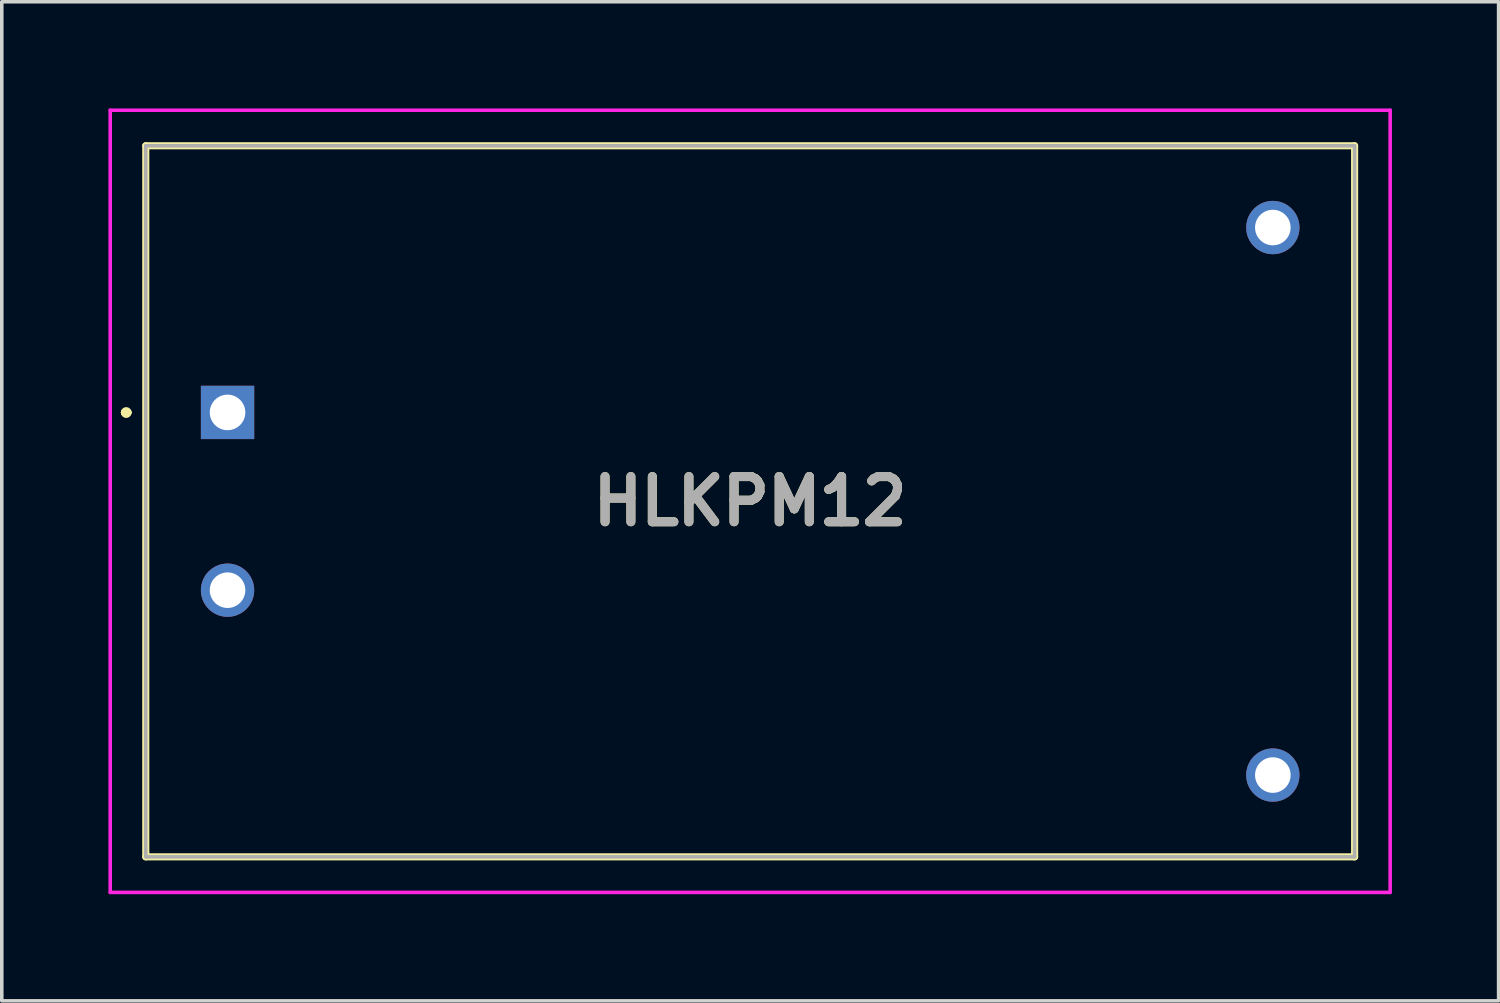
<source format=kicad_pcb>
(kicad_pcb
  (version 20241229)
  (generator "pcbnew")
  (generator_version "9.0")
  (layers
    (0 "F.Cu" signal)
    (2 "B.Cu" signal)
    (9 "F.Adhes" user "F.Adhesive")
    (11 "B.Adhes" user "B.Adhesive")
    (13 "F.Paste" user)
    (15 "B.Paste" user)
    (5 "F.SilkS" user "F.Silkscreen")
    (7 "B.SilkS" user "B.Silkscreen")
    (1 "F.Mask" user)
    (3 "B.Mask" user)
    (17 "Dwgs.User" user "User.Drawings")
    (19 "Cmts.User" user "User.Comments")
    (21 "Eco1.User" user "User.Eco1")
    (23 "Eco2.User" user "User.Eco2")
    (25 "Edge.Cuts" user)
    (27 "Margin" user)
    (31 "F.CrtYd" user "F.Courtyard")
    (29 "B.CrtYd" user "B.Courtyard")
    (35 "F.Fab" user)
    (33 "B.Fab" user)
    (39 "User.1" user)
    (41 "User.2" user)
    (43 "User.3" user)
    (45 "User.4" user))
  (footprint "HLKPM12"
    (layer "F.Cu")
    (at 3.35 8.55)
    (property "Reference" "HLKPM12" (at 14.7 2.5 0) (layer "F.SilkS") (effects (font (size 1.27 1.27) (thickness 0.254))))
    (attr through_hole)
    (fp_line (start -2.9 0) (end -2.9 0) (stroke (width 0.2) (type solid)) (layer "F.SilkS"))
    (fp_line (start -2.9 0) (end -2.9 0) (stroke (width 0.2) (type solid)) (layer "F.SilkS"))
    (fp_line (start -2.8 0) (end -2.8 0) (stroke (width 0.2) (type solid)) (layer "F.SilkS"))
    (fp_line (start -2.3 -7.5) (end 31.7 -7.5) (stroke (width 0.2) (type solid)) (layer "F.SilkS"))
    (fp_line (start -2.3 12.5) (end -2.3 -7.5) (stroke (width 0.2) (type solid)) (layer "F.SilkS"))
    (fp_line (start 31.7 -7.5) (end 31.7 12.5) (stroke (width 0.2) (type solid)) (layer "F.SilkS"))
    (fp_line (start 31.7 12.5) (end -2.3 12.5) (stroke (width 0.2) (type solid)) (layer "F.SilkS"))
    (fp_arc (start -2.9 0) (mid -2.85 -0.05) (end -2.8 0) (stroke (width 0.2) (type solid)) (layer "F.SilkS"))
    (fp_arc (start -2.8 0) (mid -2.85 0.05) (end -2.9 0) (stroke (width 0.2) (type solid)) (layer "F.SilkS"))
    (fp_arc (start -2.8 0) (mid -2.85 0.05) (end -2.9 0) (stroke (width 0.2) (type solid)) (layer "F.SilkS"))
    (fp_line (start -3.3 -8.5) (end 32.7 -8.5) (stroke (width 0.1) (type solid)) (layer "F.CrtYd"))
    (fp_line (start -3.3 13.5) (end -3.3 -8.5) (stroke (width 0.1) (type solid)) (layer "F.CrtYd"))
    (fp_line (start 32.7 -8.5) (end 32.7 13.5) (stroke (width 0.1) (type solid)) (layer "F.CrtYd"))
    (fp_line (start 32.7 13.5) (end -3.3 13.5) (stroke (width 0.1) (type solid)) (layer "F.CrtYd"))
    (fp_line (start -2.3 -7.5) (end -2.3 12.5) (stroke (width 0.1) (type solid)) (layer "F.Fab"))
    (fp_line (start -2.3 12.5) (end 31.7 12.5) (stroke (width 0.1) (type solid)) (layer "F.Fab"))
    (fp_line (start 31.7 -7.5) (end -2.3 -7.5) (stroke (width 0.1) (type solid)) (layer "F.Fab"))
    (fp_line (start 31.7 12.5) (end 31.7 -7.5) (stroke (width 0.1) (type solid)) (layer "F.Fab"))
    (fp_text user "${REFERENCE}" (at 14.7 2.5 0) (layer "F.Fab") (effects (font (size 1.27 1.27) (thickness 0.254))))
    (pad "1" thru_hole rect (at 0 0) (size 1.5 1.5) (drill 1) (layers "*.Cu" "*.Mask"))
    (pad "2" thru_hole circle (at 0 5) (size 1.5 1.5) (drill 1) (layers "*.Cu" "*.Mask"))
    (pad "3" thru_hole circle (at 29.4 -5.2) (size 1.5 1.5) (drill 1) (layers "*.Cu" "*.Mask"))
    (pad "4" thru_hole circle (at 29.4 10.2) (size 1.5 1.5) (drill 1) (layers "*.Cu" "*.Mask")))
  (gr_rect
    (start -3 -3)
    (end 39.1 25.1)
    (stroke (width 0.1) (type default))
    (fill no)
    (layer "Edge.Cuts")))
</source>
